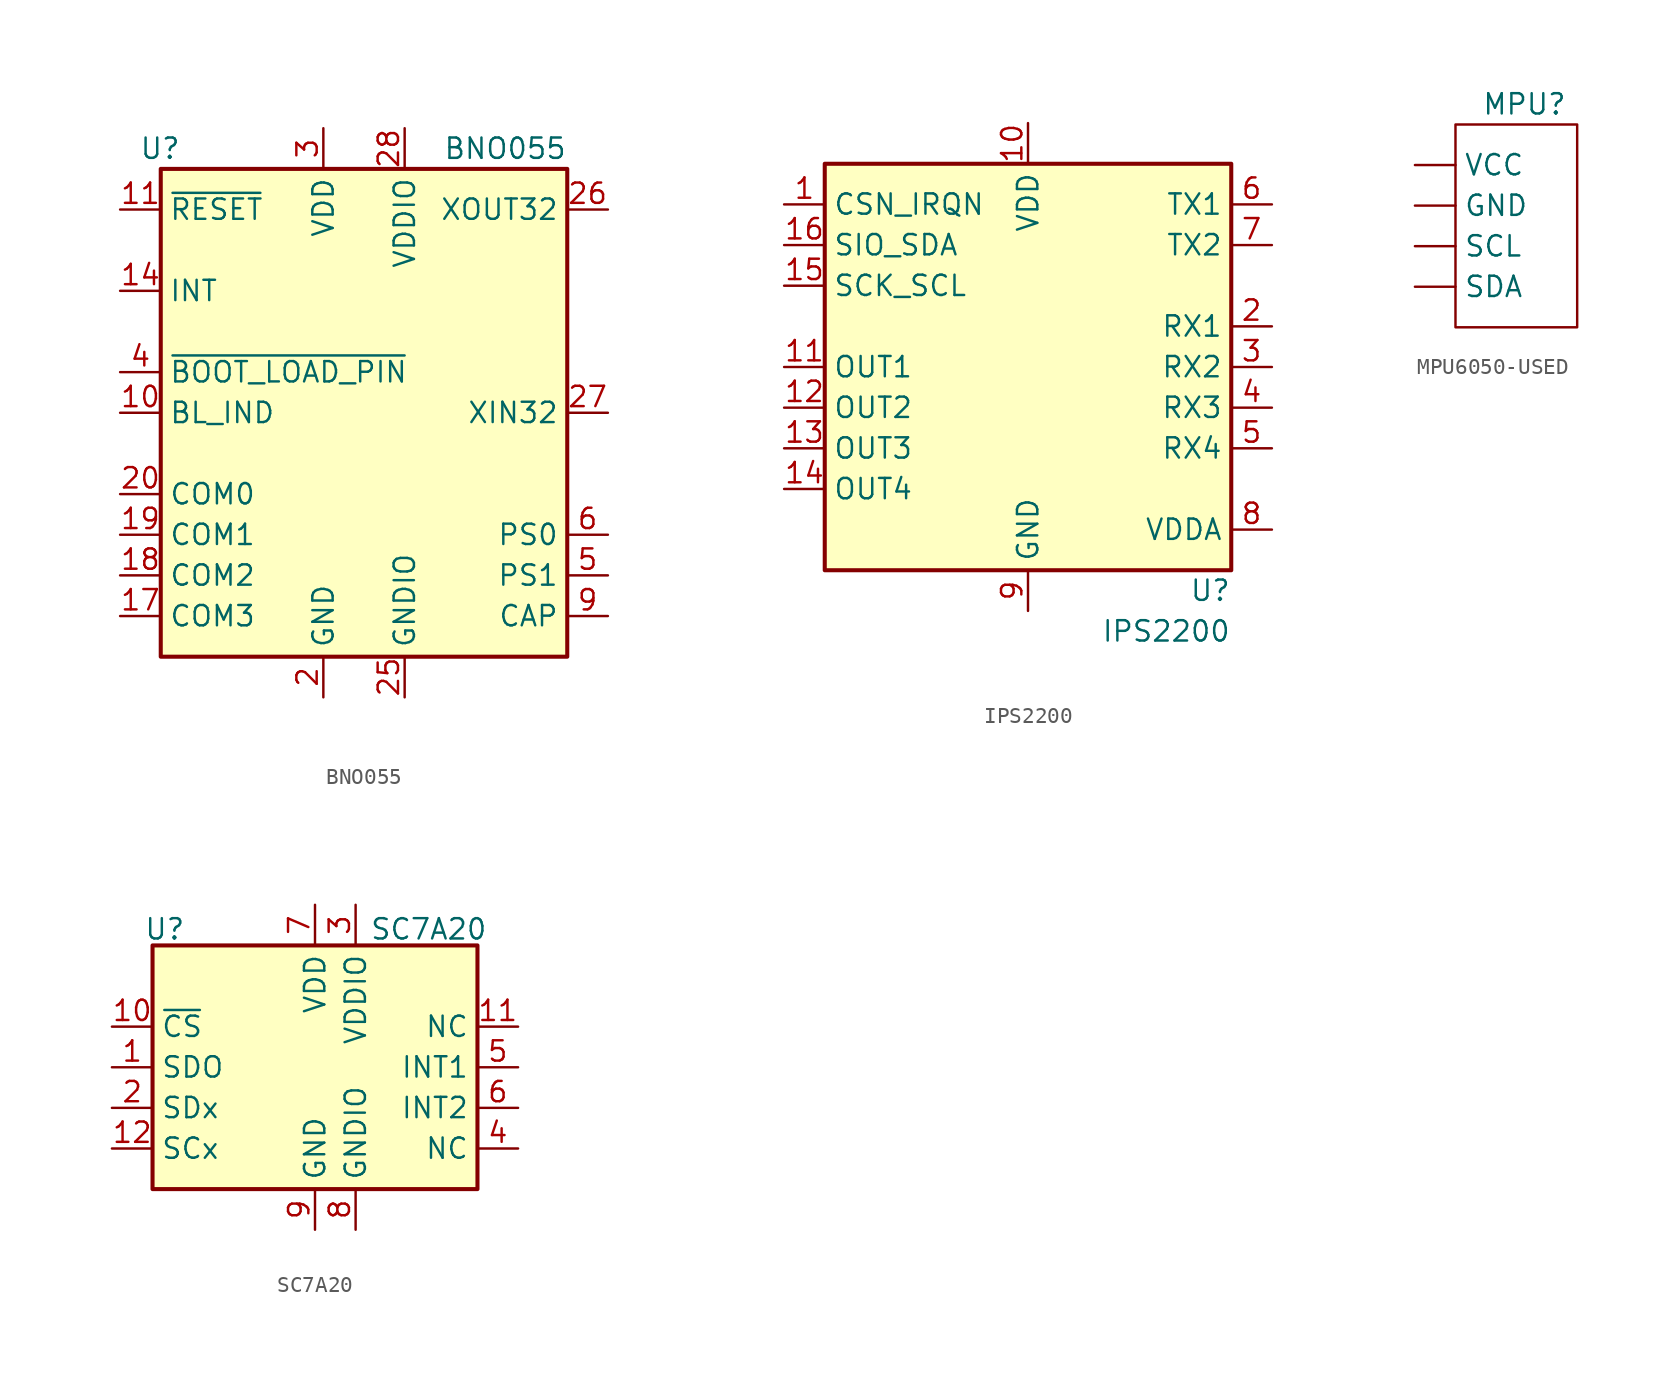
<source format=kicad_sym>
(kicad_symbol_lib
  (version 20231120)
  (generator "kicad_symbol_editor")
  (generator_version "8.0")
  (symbol "BNO055"
    (property "Reference" "U"
      (at -11.43 16.51 0)
      (effects (font (size 1.27 1.27)) (justify right)))
    (property "Value" "BNO055"
      (at 12.7 16.51 0)
      (effects (font (size 1.27 1.27)) (justify right)))
    (symbol "BNO055_0_1"
      (rectangle (start -12.7 15.24) (end 12.7 -15.24) (stroke (width 0.254) (type default)) (fill (type background))))
    (symbol "BNO055_1_1"
      (pin no_connect line (at -12.7 10.16 0) (length 2.54) hide (name "PIN1" (effects (font (size 1.27 1.27)))) (number "1" (effects (font (size 1.27 1.27)))))
      (pin output line (at -15.24 0 0) (length 2.54) (name "BL_IND" (effects (font (size 1.27 1.27)))) (number "10" (effects (font (size 1.27 1.27)))))
      (pin input line (at -15.24 12.7 0) (length 2.54) (name "~{RESET}" (effects (font (size 1.27 1.27)))) (number "11" (effects (font (size 1.27 1.27)))))
      (pin no_connect line (at 12.7 10.16 180) (length 2.54) hide (name "PIN12" (effects (font (size 1.27 1.27)))) (number "12" (effects (font (size 1.27 1.27)))))
      (pin no_connect line (at 12.7 7.62 180) (length 2.54) hide (name "PIN13" (effects (font (size 1.27 1.27)))) (number "13" (effects (font (size 1.27 1.27)))))
      (pin output line (at -15.24 7.62 0) (length 2.54) (name "INT" (effects (font (size 1.27 1.27)))) (number "14" (effects (font (size 1.27 1.27)))))
      (pin no_connect line (at 5.08 -15.24 90) (length 2.54) hide (name "PIN15" (effects (font (size 1.27 1.27)))) (number "15" (effects (font (size 1.27 1.27)))))
      (pin no_connect line (at 7.62 -15.24 90) (length 2.54) hide (name "PIN16" (effects (font (size 1.27 1.27)))) (number "16" (effects (font (size 1.27 1.27)))))
      (pin input line (at -15.24 -12.7 0) (length 2.54) (name "COM3" (effects (font (size 1.27 1.27)))) (number "17" (effects (font (size 1.27 1.27)))))
      (pin passive line (at -15.24 -10.16 0) (length 2.54) (name "COM2" (effects (font (size 1.27 1.27)))) (number "18" (effects (font (size 1.27 1.27)))))
      (pin bidirectional line (at -15.24 -7.62 0) (length 2.54) (name "COM1" (effects (font (size 1.27 1.27)))) (number "19" (effects (font (size 1.27 1.27)))))
      (pin power_in line (at -2.54 -17.78 90) (length 2.54) (name "GND" (effects (font (size 1.27 1.27)))) (number "2" (effects (font (size 1.27 1.27)))))
      (pin bidirectional line (at -15.24 -5.08 0) (length 2.54) (name "COM0" (effects (font (size 1.27 1.27)))) (number "20" (effects (font (size 1.27 1.27)))))
      (pin no_connect line (at 12.7 5.08 180) (length 2.54) hide (name "PIN21" (effects (font (size 1.27 1.27)))) (number "21" (effects (font (size 1.27 1.27)))))
      (pin no_connect line (at 12.7 2.54 180) (length 2.54) hide (name "PIN22" (effects (font (size 1.27 1.27)))) (number "22" (effects (font (size 1.27 1.27)))))
      (pin no_connect line (at 12.7 -2.54 180) (length 2.54) hide (name "PIN23" (effects (font (size 1.27 1.27)))) (number "23" (effects (font (size 1.27 1.27)))))
      (pin no_connect line (at 12.7 -5.08 180) (length 2.54) hide (name "PIN24" (effects (font (size 1.27 1.27)))) (number "24" (effects (font (size 1.27 1.27)))))
      (pin power_in line (at 2.54 -17.78 90) (length 2.54) (name "GNDIO" (effects (font (size 1.27 1.27)))) (number "25" (effects (font (size 1.27 1.27)))))
      (pin output line (at 15.24 12.7 180) (length 2.54) (name "XOUT32" (effects (font (size 1.27 1.27)))) (number "26" (effects (font (size 1.27 1.27)))))
      (pin input line (at 15.24 0 180) (length 2.54) (name "XIN32" (effects (font (size 1.27 1.27)))) (number "27" (effects (font (size 1.27 1.27)))))
      (pin power_in line (at 2.54 17.78 270) (length 2.54) (name "VDDIO" (effects (font (size 1.27 1.27)))) (number "28" (effects (font (size 1.27 1.27)))))
      (pin power_in line (at -2.54 17.78 270) (length 2.54) (name "VDD" (effects (font (size 1.27 1.27)))) (number "3" (effects (font (size 1.27 1.27)))))
      (pin input line (at -15.24 2.54 0) (length 2.54) (name "~{BOOT_LOAD_PIN}" (effects (font (size 1.27 1.27)))) (number "4" (effects (font (size 1.27 1.27)))))
      (pin input line (at 15.24 -10.16 180) (length 2.54) (name "PS1" (effects (font (size 1.27 1.27)))) (number "5" (effects (font (size 1.27 1.27)))))
      (pin input line (at 15.24 -7.62 180) (length 2.54) (name "PS0" (effects (font (size 1.27 1.27)))) (number "6" (effects (font (size 1.27 1.27)))))
      (pin no_connect line (at -12.7 5.08 0) (length 2.54) hide (name "PIN7" (effects (font (size 1.27 1.27)))) (number "7" (effects (font (size 1.27 1.27)))))
      (pin no_connect line (at -12.7 -2.54 0) (length 2.54) hide (name "PIN8" (effects (font (size 1.27 1.27)))) (number "8" (effects (font (size 1.27 1.27)))))
      (pin passive line (at 15.24 -12.7 180) (length 2.54) (name "CAP" (effects (font (size 1.27 1.27)))) (number "9" (effects (font (size 1.27 1.27)))))))
  (symbol "IPS2200"
    (property "Reference" "U"
      (at 12.7 -13.97 0)
      (effects (font (size 1.27 1.27)) (justify right)))
    (property "Value" "IPS2200"
      (at 12.7 -16.51 0)
      (effects (font (size 1.27 1.27)) (justify right)))
    (symbol "IPS2200_1_1"
      (rectangle (start -12.7 12.7) (end 12.7 -12.7) (stroke (width 0.254) (type default)) (fill (type background)))
      (pin bidirectional line (at -15.24 10.16 0) (length 2.54) (name "CSN_IRQN" (effects (font (size 1.27 1.27)))) (number "1" (effects (font (size 1.27 1.27)))) (alternate "IRQN" output line))
      (pin power_in line (at 0 15.24 270) (length 2.54) (name "VDD" (effects (font (size 1.27 1.27)))) (number "10" (effects (font (size 1.27 1.27)))))
      (pin output line (at -15.24 0 0) (length 2.54) (name "OUT1" (effects (font (size 1.27 1.27)))) (number "11" (effects (font (size 1.27 1.27)))))
      (pin output line (at -15.24 -2.54 0) (length 2.54) (name "OUT2" (effects (font (size 1.27 1.27)))) (number "12" (effects (font (size 1.27 1.27)))))
      (pin output line (at -15.24 -5.08 0) (length 2.54) (name "OUT3" (effects (font (size 1.27 1.27)))) (number "13" (effects (font (size 1.27 1.27)))))
      (pin output line (at -15.24 -7.62 0) (length 2.54) (name "OUT4" (effects (font (size 1.27 1.27)))) (number "14" (effects (font (size 1.27 1.27)))))
      (pin input line (at -15.24 5.08 0) (length 2.54) (name "SCK_SCL" (effects (font (size 1.27 1.27)))) (number "15" (effects (font (size 1.27 1.27)))) (alternate "SCL" input line))
      (pin bidirectional line (at -15.24 7.62 0) (length 2.54) (name "SIO_SDA" (effects (font (size 1.27 1.27)))) (number "16" (effects (font (size 1.27 1.27)))) (alternate "SDA" bidirectional line))
      (pin input line (at 15.24 2.54 180) (length 2.54) (name "RX1" (effects (font (size 1.27 1.27)))) (number "2" (effects (font (size 1.27 1.27)))))
      (pin input line (at 15.24 0 180) (length 2.54) (name "RX2" (effects (font (size 1.27 1.27)))) (number "3" (effects (font (size 1.27 1.27)))))
      (pin input line (at 15.24 -2.54 180) (length 2.54) (name "RX3" (effects (font (size 1.27 1.27)))) (number "4" (effects (font (size 1.27 1.27)))))
      (pin input line (at 15.24 -5.08 180) (length 2.54) (name "RX4" (effects (font (size 1.27 1.27)))) (number "5" (effects (font (size 1.27 1.27)))))
      (pin bidirectional line (at 15.24 10.16 180) (length 2.54) (name "TX1" (effects (font (size 1.27 1.27)))) (number "6" (effects (font (size 1.27 1.27)))))
      (pin bidirectional line (at 15.24 7.62 180) (length 2.54) (name "TX2" (effects (font (size 1.27 1.27)))) (number "7" (effects (font (size 1.27 1.27)))))
      (pin passive line (at 15.24 -10.16 180) (length 2.54) (name "VDDA" (effects (font (size 1.27 1.27)))) (number "8" (effects (font (size 1.27 1.27)))))
      (pin power_in line (at 0 -15.24 90) (length 2.54) (name "GND" (effects (font (size 1.27 1.27)))) (number "9" (effects (font (size 1.27 1.27)))))))
  (symbol "MPU6050-USED"
    (property "Reference" "MPU"
      (at 6.858 1.27 0)
      (effects (font (size 1.27 1.27))))
    (property "Value" ""
      (at 6.858 1.27 0)
      (effects (font (size 1.27 1.27))))
    (symbol "MPU6050-USED_0_1"
      (rectangle (start 2.54 0) (end 10.16 -12.7) (stroke (width 0) (type default)) (fill (type none))))
    (symbol "MPU6050-USED_1_1"
      (pin power_in line (at 0 -5.08 0) (length 2.54) (name "GND" (effects (font (size 1.27 1.27)))) (number "" (effects (font (size 1.27 1.27)))))
      (pin input line (at 0 -7.62 0) (length 2.54) (name "SCL" (effects (font (size 1.27 1.27)))) (number "" (effects (font (size 1.27 1.27)))))
      (pin bidirectional line (at 0 -10.16 0) (length 2.54) (name "SDA" (effects (font (size 1.27 1.27)))) (number "" (effects (font (size 1.27 1.27)))))
      (pin power_in line (at 0 -2.54 0) (length 2.54) (name "VCC" (effects (font (size 1.27 1.27)))) (number "" (effects (font (size 1.27 1.27)))))))
  (symbol "SC7A20"
    (property "Reference" "U"
      (at -9.398 8.636 0)
      (effects (font (size 1.27 1.27))))
    (property "Value" "SC7A20"
      (at 7.112 8.636 0)
      (effects (font (size 1.27 1.27))))
    (symbol "SC7A20_1_1"
      (rectangle (start -10.16 7.62) (end 10.16 -7.62) (stroke (width 0.254) (type default)) (fill (type background)))
      (pin bidirectional line (at -12.7 0 0) (length 2.54) (name "SDO" (effects (font (size 1.27 1.27)))) (number "1" (effects (font (size 1.27 1.27)))))
      (pin input line (at -12.7 2.54 0) (length 2.54) (name "~{CS}" (effects (font (size 1.27 1.27)))) (number "10" (effects (font (size 1.27 1.27)))))
      (pin passive line (at 12.7 2.54 180) (length 2.54) (name "NC" (effects (font (size 1.27 1.27)))) (number "11" (effects (font (size 1.27 1.27)))))
      (pin input line (at -12.7 -5.08 0) (length 2.54) (name "SCx" (effects (font (size 1.27 1.27)))) (number "12" (effects (font (size 1.27 1.27)))))
      (pin bidirectional line (at -12.7 -2.54 0) (length 2.54) (name "SDx" (effects (font (size 1.27 1.27)))) (number "2" (effects (font (size 1.27 1.27)))))
      (pin power_in line (at 2.54 10.16 270) (length 2.54) (name "VDDIO" (effects (font (size 1.27 1.27)))) (number "3" (effects (font (size 1.27 1.27)))))
      (pin passive line (at 12.7 -5.08 180) (length 2.54) (name "NC" (effects (font (size 1.27 1.27)))) (number "4" (effects (font (size 1.27 1.27)))))
      (pin output line (at 12.7 0 180) (length 2.54) (name "INT1" (effects (font (size 1.27 1.27)))) (number "5" (effects (font (size 1.27 1.27)))))
      (pin output line (at 12.7 -2.54 180) (length 2.54) (name "INT2" (effects (font (size 1.27 1.27)))) (number "6" (effects (font (size 1.27 1.27)))))
      (pin power_in line (at 0 10.16 270) (length 2.54) (name "VDD" (effects (font (size 1.27 1.27)))) (number "7" (effects (font (size 1.27 1.27)))))
      (pin power_in line (at 2.54 -10.16 90) (length 2.54) (name "GNDIO" (effects (font (size 1.27 1.27)))) (number "8" (effects (font (size 1.27 1.27)))))
      (pin power_in line (at 0 -10.16 90) (length 2.54) (name "GND" (effects (font (size 1.27 1.27)))) (number "9" (effects (font (size 1.27 1.27))))))))
</source>
